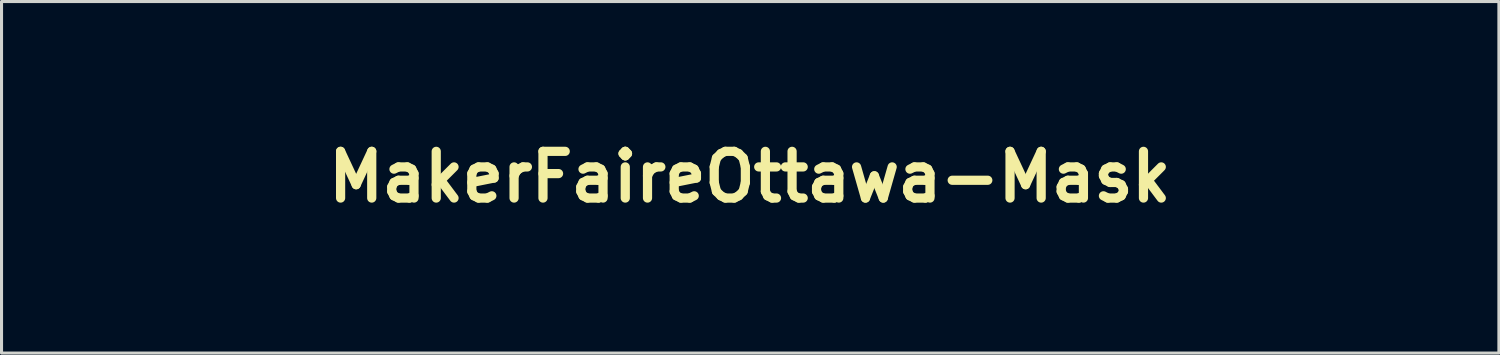
<source format=kicad_pcb>
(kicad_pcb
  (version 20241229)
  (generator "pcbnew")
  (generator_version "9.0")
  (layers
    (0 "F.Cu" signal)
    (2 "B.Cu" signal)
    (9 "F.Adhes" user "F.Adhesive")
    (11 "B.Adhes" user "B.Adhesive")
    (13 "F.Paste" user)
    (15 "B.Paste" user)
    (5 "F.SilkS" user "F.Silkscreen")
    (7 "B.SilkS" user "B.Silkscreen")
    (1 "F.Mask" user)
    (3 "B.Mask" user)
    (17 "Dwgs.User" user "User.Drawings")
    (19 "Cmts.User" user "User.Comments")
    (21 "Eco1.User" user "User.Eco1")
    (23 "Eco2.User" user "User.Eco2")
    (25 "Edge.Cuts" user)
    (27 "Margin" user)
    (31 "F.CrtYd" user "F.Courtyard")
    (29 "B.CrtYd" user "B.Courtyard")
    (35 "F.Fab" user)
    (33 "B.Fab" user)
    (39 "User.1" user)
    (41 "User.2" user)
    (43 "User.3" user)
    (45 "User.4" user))
  (footprint "MakerFaireOttawa-Mask"
    (layer "F.Cu")
    (at 21.417 2.723)
    (property "Reference" "MakerFaireOttawa-Mask" (at 0 0 0) (layer "F.SilkS") (effects (font (size 1.524 1.524) (thickness 0.3))))
    (attr through_hole)
    (fp_poly (pts (xy 21.438 2.743) (xy -21.412 2.743) (xy -21.412 -2.362) (xy -21.031 -2.362) (xy -21.031 2.388) (xy 21.057 2.388) (xy 21.057 -2.362) (xy -21.031 -2.362) (xy -21.412 -2.362) (xy -21.412 -2.718) (xy 21.438 -2.718) (xy 21.438 2.743)) (stroke (width 0.01) (type solid)) (fill yes) (layer "F.Mask"))
    (fp_poly (pts (xy 11.557 -0.559) (xy 12.141 -0.559) (xy 12.141 0.025) (xy 11.557 0.025) (xy 11.557 0.583) (xy 11.557 0.765) (xy 11.558 0.903) (xy 11.56 1.005) (xy 11.565 1.077) (xy 11.572 1.126) (xy 11.583 1.16) (xy 11.598 1.186) (xy 11.617 1.21) (xy 11.618 1.211) (xy 11.652 1.247) (xy 11.687 1.268) (xy 11.736 1.278) (xy 11.813 1.28) (xy 11.885 1.279) (xy 12.09 1.276) (xy 12.09 1.552) (xy 12.09 1.673) (xy 12.087 1.753) (xy 12.08 1.801) (xy 12.067 1.825) (xy 12.047 1.836) (xy 12.033 1.839) (xy 11.945 1.851) (xy 11.823 1.859) (xy 11.682 1.863) (xy 11.541 1.863) (xy 11.414 1.858) (xy 11.361 1.853) (xy 11.167 1.816) (xy 11.014 1.75) (xy 10.902 1.654) (xy 10.876 1.618) (xy 10.808 1.515) (xy 10.792 0.025) (xy 10.387 0.025) (xy 10.401 -0.546) (xy 10.598 -0.554) (xy 10.795 -0.561) (xy 10.795 -1.346) (xy 11.557 -1.346) (xy 11.557 -0.559)) (stroke (width 0.01) (type solid)) (fill yes) (layer "F.Mask"))
    (fp_poly (pts (xy 9.728 -0.56) (xy 10.027 -0.553) (xy 10.325 -0.546) (xy 10.332 -0.26) (xy 10.339 0.025) (xy 9.722 0.025) (xy 9.733 0.578) (xy 9.739 0.8) (xy 9.747 0.972) (xy 9.756 1.096) (xy 9.768 1.17) (xy 9.774 1.187) (xy 9.829 1.238) (xy 9.921 1.272) (xy 10.039 1.287) (xy 10.149 1.281) (xy 10.287 1.264) (xy 10.287 1.546) (xy 10.287 1.669) (xy 10.284 1.75) (xy 10.277 1.799) (xy 10.265 1.824) (xy 10.245 1.836) (xy 10.23 1.839) (xy 10.145 1.85) (xy 10.026 1.858) (xy 9.888 1.862) (xy 9.749 1.862) (xy 9.623 1.858) (xy 9.563 1.853) (xy 9.385 1.825) (xy 9.247 1.778) (xy 9.143 1.708) (xy 9.065 1.611) (xy 9.033 1.549) (xy 9.018 1.512) (xy 9.005 1.471) (xy 8.995 1.421) (xy 8.988 1.354) (xy 8.983 1.265) (xy 8.978 1.146) (xy 8.975 0.991) (xy 8.972 0.793) (xy 8.971 0.73) (xy 8.961 0.025) (xy 8.584 0.025) (xy 8.598 -0.546) (xy 8.965 -0.561) (xy 8.979 -1.333) (xy 9.354 -1.341) (xy 9.728 -1.348) (xy 9.728 -0.56)) (stroke (width 0.01) (type solid)) (fill yes) (layer "F.Mask"))
    (fp_poly (pts (xy 7.022 -1.494) (xy 7.196 -1.48) (xy 7.309 -1.46) (xy 7.562 -1.376) (xy 7.791 -1.248) (xy 7.991 -1.081) (xy 8.16 -0.876) (xy 8.296 -0.637) (xy 8.395 -0.367) (xy 8.398 -0.356) (xy 8.422 -0.232) (xy 8.438 -0.073) (xy 8.446 0.108) (xy 8.445 0.294) (xy 8.437 0.473) (xy 8.421 0.629) (xy 8.4 0.737) (xy 8.302 1.012) (xy 8.168 1.254) (xy 7.998 1.463) (xy 7.796 1.634) (xy 7.563 1.767) (xy 7.366 1.84) (xy 7.27 1.861) (xy 7.142 1.878) (xy 6.998 1.89) (xy 6.857 1.896) (xy 6.735 1.895) (xy 6.668 1.889) (xy 6.397 1.823) (xy 6.152 1.713) (xy 5.93 1.558) (xy 5.829 1.463) (xy 5.675 1.287) (xy 5.558 1.102) (xy 5.469 0.892) (xy 5.432 0.774) (xy 5.4 0.622) (xy 5.38 0.436) (xy 5.371 0.232) (xy 5.373 0.138) (xy 6.152 0.138) (xy 6.154 0.279) (xy 6.183 0.536) (xy 6.244 0.756) (xy 6.337 0.937) (xy 6.459 1.08) (xy 6.566 1.157) (xy 6.733 1.23) (xy 6.906 1.252) (xy 7.085 1.226) (xy 7.194 1.187) (xy 7.342 1.099) (xy 7.464 0.968) (xy 7.56 0.8) (xy 7.627 0.598) (xy 7.664 0.365) (xy 7.671 0.203) (xy 7.654 -0.053) (xy 7.606 -0.277) (xy 7.527 -0.467) (xy 7.419 -0.62) (xy 7.284 -0.734) (xy 7.123 -0.807) (xy 6.938 -0.837) (xy 6.907 -0.838) (xy 6.722 -0.816) (xy 6.56 -0.75) (xy 6.422 -0.643) (xy 6.311 -0.498) (xy 6.227 -0.318) (xy 6.174 -0.105) (xy 6.152 0.138) (xy 5.373 0.138) (xy 5.374 0.027) (xy 5.388 -0.164) (xy 5.415 -0.326) (xy 5.419 -0.343) (xy 5.508 -0.605) (xy 5.636 -0.842) (xy 5.8 -1.049) (xy 5.994 -1.222) (xy 6.215 -1.356) (xy 6.459 -1.448) (xy 6.505 -1.46) (xy 6.656 -1.484) (xy 6.835 -1.495) (xy 7.022 -1.494)) (stroke (width 0.01) (type solid)) (fill yes) (layer "F.Mask"))
    (fp_poly (pts (xy 15.144 -0.558) (xy 15.245 -0.557) (xy 15.312 -0.552) (xy 15.352 -0.544) (xy 15.374 -0.531) (xy 15.386 -0.512) (xy 15.39 -0.502) (xy 15.401 -0.462) (xy 15.422 -0.38) (xy 15.452 -0.263) (xy 15.487 -0.12) (xy 15.526 0.044) (xy 15.559 0.182) (xy 15.707 0.808) (xy 15.868 0.145) (xy 15.911 -0.032) (xy 15.951 -0.192) (xy 15.987 -0.33) (xy 16.016 -0.438) (xy 16.037 -0.51) (xy 16.049 -0.539) (xy 16.081 -0.547) (xy 16.153 -0.552) (xy 16.254 -0.555) (xy 16.359 -0.553) (xy 16.648 -0.546) (xy 16.814 0.12) (xy 16.858 0.295) (xy 16.899 0.454) (xy 16.934 0.588) (xy 16.963 0.693) (xy 16.983 0.761) (xy 16.992 0.786) (xy 16.993 0.786) (xy 17.002 0.762) (xy 17.022 0.696) (xy 17.05 0.593) (xy 17.085 0.459) (xy 17.126 0.302) (xy 17.17 0.127) (xy 17.172 0.12) (xy 17.339 -0.546) (xy 17.674 -0.553) (xy 17.82 -0.555) (xy 17.921 -0.553) (xy 17.984 -0.546) (xy 18.016 -0.535) (xy 18.021 -0.528) (xy 18.017 -0.498) (xy 17.999 -0.424) (xy 17.97 -0.311) (xy 17.93 -0.164) (xy 17.881 0.012) (xy 17.824 0.212) (xy 17.761 0.431) (xy 17.694 0.66) (xy 17.355 1.816) (xy 16.638 1.83) (xy 16.62 1.76) (xy 16.609 1.715) (xy 16.588 1.63) (xy 16.558 1.511) (xy 16.522 1.367) (xy 16.481 1.205) (xy 16.459 1.118) (xy 16.316 0.546) (xy 16.168 1.156) (xy 16.127 1.326) (xy 16.089 1.48) (xy 16.056 1.611) (xy 16.031 1.713) (xy 16.014 1.777) (xy 16.009 1.797) (xy 15.988 1.811) (xy 15.934 1.82) (xy 15.842 1.826) (xy 15.707 1.829) (xy 15.643 1.829) (xy 15.49 1.827) (xy 15.383 1.823) (xy 15.316 1.815) (xy 15.283 1.803) (xy 15.279 1.797) (xy 15.254 1.719) (xy 15.219 1.604) (xy 15.176 1.46) (xy 15.126 1.291) (xy 15.072 1.104) (xy 15.014 0.903) (xy 14.955 0.696) (xy 14.896 0.487) (xy 14.839 0.283) (xy 14.784 0.09) (xy 14.735 -0.088) (xy 14.692 -0.244) (xy 14.658 -0.372) (xy 14.633 -0.467) (xy 14.62 -0.522) (xy 14.618 -0.535) (xy 14.648 -0.543) (xy 14.719 -0.551) (xy 14.823 -0.556) (xy 14.951 -0.559) (xy 15.001 -0.559) (xy 15.144 -0.558)) (stroke (width 0.01) (type solid)) (fill yes) (layer "F.Mask"))
    (fp_poly (pts (xy 19.377 -0.58) (xy 19.516 -0.575) (xy 19.617 -0.567) (xy 19.693 -0.556) (xy 19.756 -0.538) (xy 19.819 -0.511) (xy 19.844 -0.5) (xy 19.993 -0.402) (xy 20.106 -0.271) (xy 20.186 -0.103) (xy 20.196 -0.073) (xy 20.212 -0.016) (xy 20.224 0.045) (xy 20.232 0.118) (xy 20.238 0.212) (xy 20.242 0.334) (xy 20.244 0.491) (xy 20.244 0.682) (xy 20.247 0.971) (xy 20.254 1.224) (xy 20.265 1.437) (xy 20.281 1.608) (xy 20.3 1.734) (xy 20.31 1.772) (xy 20.326 1.83) (xy 19.546 1.816) (xy 19.52 1.699) (xy 19.494 1.581) (xy 19.384 1.666) (xy 19.23 1.759) (xy 19.048 1.826) (xy 18.856 1.865) (xy 18.667 1.871) (xy 18.512 1.846) (xy 18.342 1.775) (xy 18.204 1.669) (xy 18.118 1.556) (xy 18.083 1.492) (xy 18.062 1.432) (xy 18.051 1.362) (xy 18.047 1.266) (xy 18.047 1.206) (xy 18.049 1.088) (xy 18.796 1.088) (xy 18.818 1.17) (xy 18.879 1.228) (xy 18.971 1.262) (xy 19.086 1.268) (xy 19.216 1.244) (xy 19.252 1.232) (xy 19.339 1.195) (xy 19.419 1.151) (xy 19.433 1.142) (xy 19.472 1.11) (xy 19.494 1.077) (xy 19.504 1.026) (xy 19.507 0.943) (xy 19.507 0.909) (xy 19.507 0.73) (xy 19.368 0.746) (xy 19.202 0.777) (xy 19.056 0.827) (xy 18.935 0.892) (xy 18.849 0.967) (xy 18.802 1.048) (xy 18.796 1.088) (xy 18.049 1.088) (xy 18.049 1.088) (xy 18.057 1.004) (xy 18.075 0.936) (xy 18.106 0.866) (xy 18.116 0.848) (xy 18.22 0.699) (xy 18.364 0.574) (xy 18.551 0.472) (xy 18.72 0.408) (xy 18.836 0.375) (xy 18.974 0.343) (xy 19.118 0.315) (xy 19.252 0.293) (xy 19.36 0.281) (xy 19.398 0.279) (xy 19.467 0.271) (xy 19.495 0.241) (xy 19.486 0.181) (xy 19.472 0.144) (xy 19.416 0.07) (xy 19.325 0.024) (xy 19.207 0.007) (xy 19.069 0.018) (xy 18.918 0.056) (xy 18.761 0.12) (xy 18.618 0.203) (xy 18.547 0.246) (xy 18.487 0.274) (xy 18.464 0.279) (xy 18.431 0.259) (xy 18.381 0.207) (xy 18.322 0.133) (xy 18.26 0.049) (xy 18.205 -0.034) (xy 18.164 -0.106) (xy 18.145 -0.155) (xy 18.145 -0.165) (xy 18.179 -0.209) (xy 18.248 -0.266) (xy 18.342 -0.33) (xy 18.449 -0.394) (xy 18.528 -0.434) (xy 18.704 -0.506) (xy 18.888 -0.553) (xy 19.093 -0.577) (xy 19.331 -0.581) (xy 19.377 -0.58)) (stroke (width 0.01) (type solid)) (fill yes) (layer "F.Mask"))
    (fp_poly (pts (xy 13.666 -0.571) (xy 13.779 -0.568) (xy 13.862 -0.562) (xy 13.925 -0.552) (xy 13.979 -0.536) (xy 14.034 -0.514) (xy 14.041 -0.511) (xy 14.152 -0.445) (xy 14.256 -0.357) (xy 14.276 -0.336) (xy 14.322 -0.28) (xy 14.36 -0.226) (xy 14.391 -0.168) (xy 14.415 -0.099) (xy 14.433 -0.014) (xy 14.448 0.094) (xy 14.458 0.228) (xy 14.467 0.397) (xy 14.474 0.605) (xy 14.48 0.851) (xy 14.485 1.053) (xy 14.491 1.242) (xy 14.497 1.411) (xy 14.503 1.553) (xy 14.509 1.662) (xy 14.515 1.73) (xy 14.517 1.746) (xy 14.535 1.829) (xy 13.769 1.829) (xy 13.753 1.734) (xy 13.737 1.643) (xy 13.721 1.597) (xy 13.7 1.589) (xy 13.666 1.613) (xy 13.645 1.632) (xy 13.505 1.734) (xy 13.333 1.811) (xy 13.143 1.858) (xy 12.948 1.874) (xy 12.761 1.854) (xy 12.724 1.845) (xy 12.564 1.778) (xy 12.43 1.675) (xy 12.331 1.542) (xy 12.308 1.493) (xy 12.284 1.401) (xy 12.271 1.278) (xy 12.27 1.144) (xy 12.274 1.095) (xy 13.009 1.095) (xy 13.031 1.163) (xy 13.07 1.211) (xy 13.112 1.247) (xy 13.154 1.265) (xy 13.214 1.269) (xy 13.294 1.264) (xy 13.395 1.25) (xy 13.49 1.226) (xy 13.539 1.207) (xy 13.627 1.158) (xy 13.68 1.111) (xy 13.706 1.052) (xy 13.715 0.965) (xy 13.716 0.907) (xy 13.716 0.73) (xy 13.592 0.747) (xy 13.391 0.786) (xy 13.233 0.845) (xy 13.114 0.927) (xy 13.101 0.939) (xy 13.032 1.023) (xy 13.009 1.095) (xy 12.274 1.095) (xy 12.281 1.017) (xy 12.298 0.934) (xy 12.352 0.824) (xy 12.442 0.711) (xy 12.557 0.604) (xy 12.688 0.517) (xy 12.698 0.511) (xy 12.835 0.451) (xy 13.005 0.394) (xy 13.194 0.344) (xy 13.385 0.307) (xy 13.524 0.29) (xy 13.622 0.28) (xy 13.679 0.269) (xy 13.707 0.253) (xy 13.716 0.228) (xy 13.716 0.216) (xy 13.693 0.135) (xy 13.633 0.065) (xy 13.549 0.018) (xy 13.519 0.01) (xy 13.395 0.006) (xy 13.247 0.031) (xy 13.087 0.081) (xy 12.929 0.152) (xy 12.798 0.232) (xy 12.738 0.265) (xy 12.69 0.279) (xy 12.69 0.279) (xy 12.657 0.26) (xy 12.605 0.208) (xy 12.544 0.134) (xy 12.482 0.051) (xy 12.427 -0.031) (xy 12.386 -0.1) (xy 12.37 -0.146) (xy 12.37 -0.148) (xy 12.393 -0.199) (xy 12.456 -0.261) (xy 12.551 -0.329) (xy 12.67 -0.397) (xy 12.805 -0.461) (xy 12.941 -0.512) (xy 13.018 -0.536) (xy 13.09 -0.552) (xy 13.171 -0.563) (xy 13.27 -0.569) (xy 13.402 -0.571) (xy 13.513 -0.572) (xy 13.666 -0.571)) (stroke (width 0.01) (type solid)) (fill yes) (layer "F.Mask")))
  (gr_rect
    (start -3 -3)
    (end 45.86 8.471)
    (stroke (width 0.1) (type default))
    (fill no)
    (layer "Edge.Cuts")))
</source>
